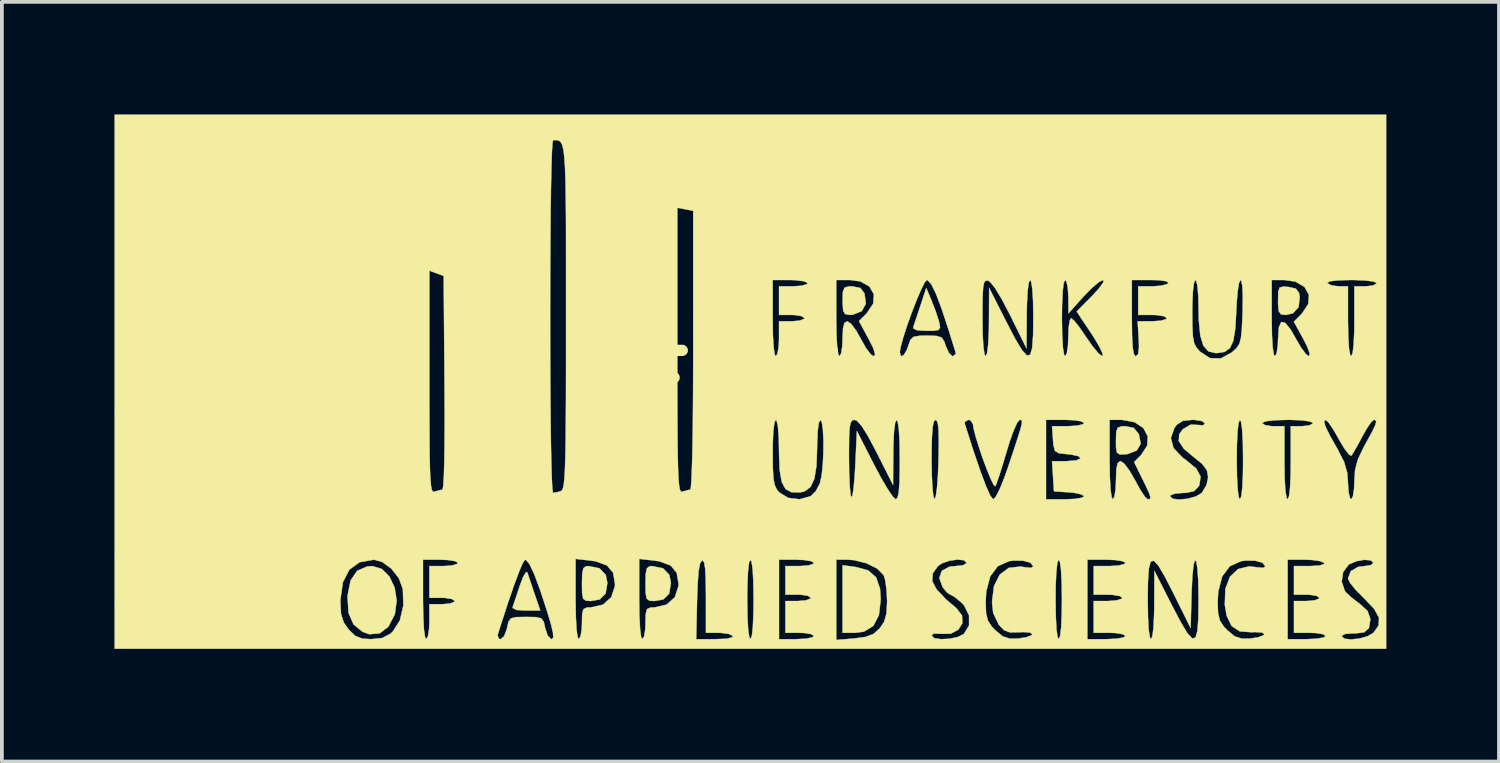
<source format=kicad_pcb>
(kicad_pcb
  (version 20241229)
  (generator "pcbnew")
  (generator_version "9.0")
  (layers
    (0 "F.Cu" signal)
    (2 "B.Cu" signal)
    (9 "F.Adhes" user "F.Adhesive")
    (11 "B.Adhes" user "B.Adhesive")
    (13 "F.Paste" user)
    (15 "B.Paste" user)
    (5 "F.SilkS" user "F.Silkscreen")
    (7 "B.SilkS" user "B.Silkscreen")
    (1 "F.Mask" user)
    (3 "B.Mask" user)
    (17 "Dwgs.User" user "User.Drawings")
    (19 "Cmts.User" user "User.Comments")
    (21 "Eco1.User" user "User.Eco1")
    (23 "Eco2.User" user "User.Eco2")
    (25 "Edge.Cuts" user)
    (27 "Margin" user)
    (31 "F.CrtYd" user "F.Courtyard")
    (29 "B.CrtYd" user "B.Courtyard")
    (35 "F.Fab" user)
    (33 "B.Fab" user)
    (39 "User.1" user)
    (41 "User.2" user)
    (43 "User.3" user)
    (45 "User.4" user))
  (footprint "FFM1"
    (layer "F.Cu")
    (at 16.938 7.117)
    (property "Reference" "FFM1" (at 0 0 0) (layer "F.SilkS") (effects (font (size 1.524 1.524) (thickness 0.3))))
    (attr through_hole)
    (fp_poly (pts (xy 2.814 4.937) (xy 3.142 5.028) (xy 3.349 5.213) (xy 3.452 5.512) (xy 3.471 5.798) (xy 3.423 6.219) (xy 3.274 6.504) (xy 3.024 6.658) (xy 2.788 6.689) (xy 2.455 6.689) (xy 2.455 4.888) (xy 2.814 4.937)) (stroke (width 0.01) (type solid)) (fill yes) (layer "F.SilkS"))
    (fp_poly (pts (xy -5.942 5.08) (xy -5.892 5.228) (xy -5.81 5.473) (xy -5.749 5.652) (xy -5.597 6.096) (xy -5.983 6.096) (xy -6.231 6.08) (xy -6.33 6.029) (xy -6.329 5.99) (xy -6.282 5.855) (xy -6.203 5.619) (xy -6.137 5.419) (xy -6.049 5.191) (xy -5.978 5.073) (xy -5.942 5.08)) (stroke (width 0.01) (type solid)) (fill yes) (layer "F.SilkS"))
    (fp_poly (pts (xy -4.022 4.97) (xy -3.853 5.144) (xy -3.81 5.362) (xy -3.858 5.645) (xy -4.012 5.8) (xy -4.25 5.842) (xy -4.386 5.833) (xy -4.456 5.777) (xy -4.483 5.634) (xy -4.487 5.376) (xy -4.48 5.108) (xy -4.449 4.968) (xy -4.378 4.916) (xy -4.312 4.911) (xy -4.022 4.97)) (stroke (width 0.01) (type solid)) (fill yes) (layer "F.SilkS"))
    (fp_poly (pts (xy -2.328 4.97) (xy -2.16 5.144) (xy -2.117 5.362) (xy -2.165 5.645) (xy -2.319 5.8) (xy -2.557 5.842) (xy -2.693 5.833) (xy -2.763 5.777) (xy -2.79 5.634) (xy -2.794 5.376) (xy -2.787 5.108) (xy -2.756 4.968) (xy -2.685 4.916) (xy -2.619 4.911) (xy -2.328 4.97)) (stroke (width 0.01) (type solid)) (fill yes) (layer "F.SilkS"))
    (fp_poly (pts (xy 14.33 -2.524) (xy 14.527 -2.48) (xy 14.612 -2.368) (xy 14.632 -2.26) (xy 14.603 -1.989) (xy 14.452 -1.822) (xy 14.256 -1.778) (xy 14.132 -1.795) (xy 14.073 -1.876) (xy 14.055 -2.067) (xy 14.055 -2.164) (xy 14.06 -2.4) (xy 14.099 -2.509) (xy 14.203 -2.534) (xy 14.33 -2.524)) (stroke (width 0.01) (type solid)) (fill yes) (layer "F.SilkS"))
    (fp_poly (pts (xy 2.926 -2.498) (xy 3.039 -2.351) (xy 3.04 -2.349) (xy 3.075 -2.076) (xy 2.966 -1.88) (xy 2.729 -1.785) (xy 2.646 -1.779) (xy 2.528 -1.798) (xy 2.472 -1.885) (xy 2.456 -2.086) (xy 2.455 -2.159) (xy 2.463 -2.393) (xy 2.505 -2.504) (xy 2.614 -2.538) (xy 2.712 -2.54) (xy 2.926 -2.498)) (stroke (width 0.01) (type solid)) (fill yes) (layer "F.SilkS"))
    (fp_poly (pts (xy 4.826 -2.158) (xy 4.932 -1.884) (xy 5.014 -1.632) (xy 5.026 -1.587) (xy 5.052 -1.446) (xy 5.011 -1.378) (xy 4.865 -1.356) (xy 4.692 -1.355) (xy 4.44 -1.37) (xy 4.339 -1.42) (xy 4.339 -1.46) (xy 4.386 -1.595) (xy 4.465 -1.831) (xy 4.531 -2.031) (xy 4.684 -2.496) (xy 4.826 -2.158)) (stroke (width 0.01) (type solid)) (fill yes) (layer "F.SilkS"))
    (fp_poly (pts (xy 10.211 1.231) (xy 10.343 1.393) (xy 10.348 1.404) (xy 10.396 1.652) (xy 10.293 1.831) (xy 10.05 1.926) (xy 10.003 1.932) (xy 9.84 1.939) (xy 9.763 1.891) (xy 9.738 1.744) (xy 9.737 1.572) (xy 9.744 1.335) (xy 9.785 1.223) (xy 9.891 1.188) (xy 9.992 1.185) (xy 10.211 1.231)) (stroke (width 0.01) (type solid)) (fill yes) (layer "F.SilkS"))
    (fp_poly (pts (xy -9.818 4.987) (xy -9.614 5.192) (xy -9.476 5.485) (xy -9.422 5.829) (xy -9.47 6.185) (xy -9.479 6.211) (xy -9.645 6.528) (xy -9.875 6.703) (xy -10.152 6.726) (xy -10.328 6.664) (xy -10.572 6.464) (xy -10.705 6.159) (xy -10.73 5.734) (xy -10.727 5.68) (xy -10.648 5.289) (xy -10.475 5.037) (xy -10.204 4.92) (xy -10.072 4.911) (xy -9.818 4.987)) (stroke (width 0.01) (type solid)) (fill yes) (layer "F.SilkS"))
    (fp_poly (pts (xy 16.933 7.112) (xy -16.933 7.112) (xy -16.933 5.874) (xy -10.922 5.874) (xy -10.904 6.188) (xy -10.833 6.41) (xy -10.703 6.598) (xy -10.527 6.769) (xy -10.336 6.844) (xy -10.106 6.858) (xy -9.805 6.826) (xy -9.589 6.713) (xy -9.527 6.656) (xy -9.337 6.357) (xy -9.244 5.961) (xy -9.258 5.52) (xy -9.365 5.233) (xy -9.566 4.977) (xy -9.813 4.798) (xy -10.029 4.741) (xy -8.721 4.741) (xy -8.721 5.8) (xy -8.714 6.258) (xy -8.696 6.599) (xy -8.666 6.804) (xy -8.636 6.858) (xy -8.59 6.781) (xy -8.585 6.752) (xy -6.735 6.752) (xy -6.701 6.847) (xy -6.653 6.858) (xy -6.562 6.783) (xy -6.49 6.597) (xy -6.483 6.562) (xy -6.443 6.39) (xy -6.376 6.302) (xy -6.233 6.27) (xy -5.975 6.265) (xy -5.712 6.27) (xy -5.572 6.303) (xy -5.505 6.393) (xy -5.467 6.562) (xy -5.401 6.76) (xy -5.311 6.856) (xy -5.296 6.858) (xy -5.252 6.818) (xy -5.259 6.685) (xy -5.319 6.434) (xy -5.415 6.117) (xy -5.522 5.789) (xy -4.657 5.789) (xy -4.65 6.25) (xy -4.632 6.594) (xy -4.603 6.802) (xy -4.572 6.858) (xy -4.524 6.782) (xy -4.493 6.587) (xy -4.487 6.435) (xy -4.482 6.184) (xy -4.447 6.059) (xy -4.359 6.016) (xy -4.243 6.011) (xy -3.927 5.939) (xy -3.76 5.789) (xy -2.963 5.789) (xy -2.957 6.25) (xy -2.938 6.594) (xy -2.91 6.802) (xy -2.879 6.858) (xy -1.445 6.858) (xy -0.929 6.858) (xy -0.636 6.846) (xy -0.482 6.81) (xy -0.466 6.773) (xy -0.577 6.719) (xy -0.787 6.69) (xy -0.852 6.689) (xy -1.185 6.689) (xy -1.185 5.8) (xy -0.085 5.8) (xy -0.078 6.258) (xy -0.06 6.599) (xy -0.03 6.804) (xy 0 6.858) (xy 0.037 6.776) (xy 0.064 6.544) (xy 0.08 6.18) (xy 0.085 5.8) (xy 0.078 5.341) (xy 0.06 5) (xy 0.03 4.795) (xy 0 4.741) (xy 0.762 4.741) (xy 0.762 6.858) (xy 1.228 6.858) (xy 1.483 6.844) (xy 1.652 6.808) (xy 1.693 6.773) (xy 1.618 6.723) (xy 1.426 6.693) (xy 1.312 6.689) (xy 0.931 6.689) (xy 0.931 5.842) (xy 1.27 5.842) (xy 1.482 5.823) (xy 1.6 5.776) (xy 1.609 5.757) (xy 1.534 5.704) (xy 1.346 5.675) (xy 1.27 5.673) (xy 0.931 5.673) (xy 0.931 4.911) (xy 1.312 4.911) (xy 1.54 4.894) (xy 1.676 4.851) (xy 1.693 4.826) (xy 1.617 4.78) (xy 1.419 4.749) (xy 1.228 4.741) (xy 2.286 4.741) (xy 2.286 6.879) (xy 2.766 6.839) (xy 3.075 6.797) (xy 3.164 6.763) (xy 4.826 6.763) (xy 4.898 6.831) (xy 5.077 6.858) (xy 5.306 6.847) (xy 5.528 6.799) (xy 5.686 6.719) (xy 5.687 6.718) (xy 5.823 6.493) (xy 5.823 6.224) (xy 5.692 5.96) (xy 5.618 5.88) (xy 5.605 5.87) (xy 6.266 5.87) (xy 6.277 6.168) (xy 6.325 6.365) (xy 6.433 6.526) (xy 6.518 6.615) (xy 6.719 6.783) (xy 6.919 6.845) (xy 7.125 6.842) (xy 7.351 6.807) (xy 7.49 6.752) (xy 7.508 6.73) (xy 7.451 6.681) (xy 7.259 6.669) (xy 7.167 6.674) (xy 6.915 6.678) (xy 6.755 6.618) (xy 6.616 6.473) (xy 6.466 6.158) (xy 6.435 5.869) (xy 6.443 5.8) (xy 8.128 5.8) (xy 8.135 6.258) (xy 8.153 6.599) (xy 8.182 6.804) (xy 8.213 6.858) (xy 8.249 6.776) (xy 8.277 6.544) (xy 8.293 6.18) (xy 8.297 5.8) (xy 8.291 5.341) (xy 8.272 5) (xy 8.243 4.795) (xy 8.213 4.741) (xy 8.975 4.741) (xy 8.975 6.858) (xy 9.483 6.858) (xy 9.753 6.845) (xy 9.937 6.812) (xy 9.991 6.773) (xy 9.915 6.725) (xy 9.72 6.694) (xy 9.567 6.689) (xy 9.144 6.689) (xy 9.144 5.842) (xy 9.525 5.842) (xy 9.752 5.825) (xy 9.834 5.8) (xy 10.583 5.8) (xy 10.59 6.258) (xy 10.608 6.599) (xy 10.638 6.804) (xy 10.668 6.858) (xy 10.707 6.777) (xy 10.736 6.551) (xy 10.753 6.201) (xy 10.757 5.948) (xy 10.761 5.038) (xy 11.223 5.948) (xy 11.462 6.403) (xy 11.641 6.7) (xy 11.77 6.839) (xy 11.856 6.817) (xy 11.907 6.632) (xy 11.932 6.284) (xy 11.937 5.87) (xy 12.446 5.87) (xy 12.457 6.168) (xy 12.505 6.365) (xy 12.613 6.526) (xy 12.698 6.615) (xy 12.899 6.783) (xy 13.1 6.845) (xy 13.306 6.842) (xy 13.531 6.807) (xy 13.671 6.752) (xy 13.688 6.73) (xy 13.632 6.681) (xy 13.441 6.669) (xy 13.355 6.674) (xy 13.035 6.65) (xy 12.817 6.507) (xy 12.685 6.233) (xy 12.636 5.942) (xy 12.65 5.519) (xy 12.773 5.196) (xy 12.991 4.99) (xy 13.289 4.918) (xy 13.504 4.945) (xy 13.661 4.958) (xy 13.716 4.918) (xy 13.641 4.823) (xy 13.449 4.768) (xy 13.19 4.764) (xy 13.07 4.78) (xy 12.77 4.915) (xy 12.566 5.187) (xy 12.461 5.593) (xy 12.446 5.87) (xy 11.937 5.87) (xy 11.938 5.8) (xy 11.93 5.315) (xy 11.907 4.977) (xy 11.876 4.79) (xy 11.84 4.756) (xy 11.804 4.879) (xy 11.773 5.164) (xy 11.751 5.613) (xy 11.75 5.652) (xy 11.726 6.562) (xy 11.275 5.652) (xy 11.043 5.198) (xy 10.869 4.903) (xy 10.744 4.767) (xy 10.661 4.793) (xy 10.612 4.981) (xy 10.589 5.334) (xy 10.583 5.8) (xy 9.834 5.8) (xy 9.889 5.783) (xy 9.906 5.757) (xy 9.83 5.707) (xy 9.639 5.677) (xy 9.525 5.673) (xy 9.144 5.673) (xy 9.144 4.911) (xy 9.567 4.911) (xy 9.809 4.895) (xy 9.962 4.856) (xy 9.991 4.826) (xy 9.914 4.781) (xy 9.712 4.75) (xy 9.483 4.741) (xy 14.309 4.741) (xy 14.309 6.858) (xy 14.817 6.858) (xy 15.087 6.845) (xy 15.271 6.812) (xy 15.321 6.776) (xy 15.748 6.776) (xy 15.819 6.845) (xy 15.994 6.865) (xy 16.219 6.842) (xy 16.438 6.781) (xy 16.594 6.689) (xy 16.595 6.689) (xy 16.735 6.489) (xy 16.742 6.283) (xy 16.611 6.047) (xy 16.341 5.765) (xy 16.126 5.549) (xy 15.974 5.362) (xy 15.917 5.245) (xy 15.992 5.046) (xy 16.193 4.931) (xy 16.358 4.911) (xy 16.528 4.885) (xy 16.595 4.826) (xy 16.525 4.758) (xy 16.356 4.744) (xy 16.146 4.78) (xy 15.954 4.861) (xy 15.936 4.873) (xy 15.788 5.069) (xy 15.75 5.326) (xy 15.831 5.57) (xy 15.854 5.601) (xy 15.993 5.734) (xy 16.197 5.893) (xy 16.235 5.919) (xy 16.438 6.104) (xy 16.509 6.309) (xy 16.51 6.351) (xy 16.474 6.565) (xy 16.347 6.676) (xy 16.096 6.706) (xy 16.031 6.704) (xy 15.841 6.719) (xy 15.749 6.768) (xy 15.748 6.776) (xy 15.321 6.776) (xy 15.325 6.773) (xy 15.249 6.725) (xy 15.054 6.694) (xy 14.901 6.689) (xy 14.478 6.689) (xy 14.478 5.842) (xy 14.817 5.842) (xy 15.029 5.823) (xy 15.147 5.776) (xy 15.155 5.757) (xy 15.08 5.704) (xy 14.893 5.675) (xy 14.817 5.673) (xy 14.478 5.673) (xy 14.478 4.911) (xy 14.906 4.911) (xy 15.161 4.896) (xy 15.281 4.855) (xy 15.282 4.826) (xy 15.175 4.779) (xy 14.954 4.748) (xy 14.769 4.741) (xy 14.309 4.741) (xy 9.483 4.741) (xy 8.975 4.741) (xy 8.213 4.741) (xy 8.176 4.823) (xy 8.149 5.055) (xy 8.132 5.42) (xy 8.128 5.8) (xy 6.443 5.8) (xy 6.488 5.445) (xy 6.642 5.137) (xy 6.882 4.959) (xy 7.198 4.923) (xy 7.324 4.945) (xy 7.48 4.958) (xy 7.535 4.918) (xy 7.46 4.823) (xy 7.268 4.768) (xy 7.009 4.764) (xy 6.889 4.78) (xy 6.589 4.915) (xy 6.386 5.187) (xy 6.281 5.593) (xy 6.266 5.87) (xy 5.605 5.87) (xy 5.452 5.743) (xy 5.334 5.674) (xy 5.324 5.673) (xy 5.231 5.609) (xy 5.118 5.467) (xy 5.032 5.228) (xy 5.097 5.04) (xy 5.297 4.929) (xy 5.464 4.911) (xy 5.659 4.889) (xy 5.755 4.836) (xy 5.757 4.826) (xy 5.688 4.755) (xy 5.517 4.738) (xy 5.302 4.768) (xy 5.1 4.839) (xy 4.995 4.911) (xy 4.857 5.105) (xy 4.842 5.306) (xy 4.958 5.531) (xy 5.212 5.8) (xy 5.487 6.032) (xy 5.637 6.228) (xy 5.646 6.432) (xy 5.538 6.606) (xy 5.335 6.713) (xy 5.068 6.716) (xy 4.882 6.707) (xy 4.826 6.763) (xy 3.164 6.763) (xy 3.278 6.718) (xy 3.436 6.578) (xy 3.443 6.57) (xy 3.562 6.394) (xy 3.623 6.182) (xy 3.641 5.871) (xy 3.641 5.832) (xy 3.626 5.527) (xy 3.587 5.27) (xy 3.549 5.152) (xy 3.375 4.976) (xy 3.091 4.835) (xy 2.753 4.752) (xy 2.585 4.741) (xy 2.286 4.741) (xy 1.228 4.741) (xy 0.762 4.741) (xy 0 4.741) (xy -0.037 4.823) (xy -0.064 5.055) (xy -0.08 5.42) (xy -0.085 5.8) (xy -1.185 5.8) (xy -1.185 5.708) (xy -1.19 5.268) (xy -1.205 4.977) (xy -1.232 4.815) (xy -1.275 4.761) (xy -1.291 4.762) (xy -1.342 4.841) (xy -1.38 5.048) (xy -1.406 5.397) (xy -1.421 5.828) (xy -1.445 6.858) (xy -2.879 6.858) (xy -2.83 6.782) (xy -2.8 6.587) (xy -2.794 6.435) (xy -2.788 6.184) (xy -2.754 6.059) (xy -2.666 6.016) (xy -2.549 6.011) (xy -2.234 5.939) (xy -2.013 5.741) (xy -1.916 5.445) (xy -1.913 5.386) (xy -1.963 5.089) (xy -2.126 4.895) (xy -2.421 4.786) (xy -2.574 4.763) (xy -2.963 4.719) (xy -2.963 5.789) (xy -3.76 5.789) (xy -3.707 5.741) (xy -3.609 5.445) (xy -3.607 5.386) (xy -3.657 5.089) (xy -3.819 4.895) (xy -4.114 4.786) (xy -4.267 4.763) (xy -4.657 4.719) (xy -4.657 5.789) (xy -5.522 5.789) (xy -5.605 5.538) (xy -5.761 5.12) (xy -5.886 4.857) (xy -5.98 4.746) (xy -6 4.741) (xy -6.058 4.82) (xy -6.157 5.048) (xy -6.292 5.409) (xy -6.457 5.889) (xy -6.647 6.474) (xy -6.735 6.752) (xy -8.585 6.752) (xy -8.559 6.584) (xy -8.551 6.392) (xy -8.551 5.927) (xy -8.213 5.927) (xy -8.001 5.908) (xy -7.883 5.861) (xy -7.874 5.842) (xy -7.949 5.789) (xy -8.137 5.759) (xy -8.213 5.757) (xy -8.551 5.757) (xy -8.551 4.911) (xy -8.17 4.911) (xy -7.943 4.894) (xy -7.807 4.851) (xy -7.789 4.826) (xy -7.866 4.78) (xy -8.063 4.749) (xy -8.255 4.741) (xy -8.721 4.741) (xy -10.029 4.741) (xy -10.409 4.808) (xy -10.684 5.008) (xy -10.855 5.341) (xy -10.921 5.806) (xy -10.922 5.874) (xy -16.933 5.874) (xy -16.933 0.012) (xy -8.551 0.012) (xy -8.551 0.803) (xy -8.548 1.44) (xy -8.544 1.94) (xy -8.536 2.318) (xy -8.524 2.589) (xy -8.508 2.771) (xy -8.487 2.878) (xy -8.459 2.927) (xy -8.425 2.932) (xy -8.417 2.93) (xy -8.255 2.884) (xy -8.205 2.879) (xy -8.184 2.796) (xy -8.167 2.557) (xy -8.155 2.174) (xy -8.147 1.661) (xy -8.144 1.029) (xy -8.146 0.292) (xy -8.148 0.031) (xy -8.162 -1.736) (xy -5.334 -1.736) (xy -5.333 -0.755) (xy -5.329 0.135) (xy -5.322 0.923) (xy -5.314 1.599) (xy -5.303 2.152) (xy -5.29 2.57) (xy -5.276 2.843) (xy -5.26 2.96) (xy -5.256 2.963) (xy -5.114 2.935) (xy -5.045 2.912) (xy -5.015 2.887) (xy -4.991 2.829) (xy -4.97 2.723) (xy -4.953 2.558) (xy -4.94 2.319) (xy -4.93 1.994) (xy -4.922 1.57) (xy -4.917 1.034) (xy -4.913 0.371) (xy -4.911 -0.43) (xy -4.911 -0.826) (xy -1.947 -0.826) (xy -1.947 0.08) (xy -1.945 0.831) (xy -1.942 1.44) (xy -1.936 1.923) (xy -1.928 2.292) (xy -1.916 2.562) (xy -1.901 2.747) (xy -1.882 2.862) (xy -1.857 2.919) (xy -1.828 2.934) (xy -1.813 2.93) (xy -1.652 2.884) (xy -1.602 2.879) (xy -1.584 2.796) (xy -1.568 2.557) (xy -1.554 2.174) (xy -1.547 1.889) (xy 0.593 1.889) (xy 0.597 2.295) (xy 0.613 2.57) (xy 0.647 2.75) (xy 0.705 2.874) (xy 0.765 2.947) (xy 1.006 3.094) (xy 1.31 3.131) (xy 1.605 3.05) (xy 1.741 2.915) (xy 1.852 2.704) (xy 1.854 2.698) (xy 1.898 2.496) (xy 1.928 2.21) (xy 1.937 2.018) (xy 2.625 2.018) (xy 2.63 2.415) (xy 2.644 2.749) (xy 2.664 2.984) (xy 2.688 3.084) (xy 2.717 3.032) (xy 2.748 2.842) (xy 2.775 2.545) (xy 2.794 2.23) (xy 2.836 1.312) (xy 3.3 2.223) (xy 3.488 2.575) (xy 3.658 2.863) (xy 3.792 3.059) (xy 3.871 3.133) (xy 3.872 3.133) (xy 3.919 3.089) (xy 3.951 2.944) (xy 3.971 2.679) (xy 3.979 2.272) (xy 3.979 2.074) (xy 4.826 2.074) (xy 4.832 2.495) (xy 4.849 2.831) (xy 4.874 3.052) (xy 4.906 3.133) (xy 4.906 3.133) (xy 4.938 3.053) (xy 4.969 2.835) (xy 4.994 2.511) (xy 5.011 2.11) (xy 5.012 2.074) (xy 5.019 1.609) (xy 5.013 1.293) (xy 4.991 1.104) (xy 4.976 1.071) (xy 5.71 1.071) (xy 5.711 1.122) (xy 5.935 1.824) (xy 6.125 2.381) (xy 6.278 2.788) (xy 6.392 3.04) (xy 6.467 3.132) (xy 6.47 3.133) (xy 6.54 3.057) (xy 6.644 2.852) (xy 6.766 2.551) (xy 6.852 2.307) (xy 7.013 1.826) (xy 7.125 1.482) (xy 7.196 1.253) (xy 7.23 1.114) (xy 7.233 1.044) (xy 7.211 1.019) (xy 7.171 1.016) (xy 7.874 1.016) (xy 7.874 3.133) (xy 8.382 3.133) (xy 8.65 3.121) (xy 8.834 3.089) (xy 8.89 3.053) (xy 8.814 3.001) (xy 8.621 2.96) (xy 8.488 2.947) (xy 8.086 2.921) (xy 8.034 2.117) (xy 8.42 2.117) (xy 8.684 2.095) (xy 8.793 2.045) (xy 8.744 1.986) (xy 8.533 1.939) (xy 8.445 1.931) (xy 8.219 1.906) (xy 8.112 1.843) (xy 8.071 1.689) (xy 8.06 1.545) (xy 8.034 1.185) (xy 8.462 1.185) (xy 8.705 1.17) (xy 8.86 1.132) (xy 8.89 1.101) (xy 8.813 1.056) (xy 8.611 1.025) (xy 8.382 1.016) (xy 9.567 1.016) (xy 9.567 2.074) (xy 9.574 2.533) (xy 9.592 2.874) (xy 9.622 3.079) (xy 9.652 3.133) (xy 9.697 3.056) (xy 9.728 2.854) (xy 9.737 2.625) (xy 9.747 2.329) (xy 9.782 2.17) (xy 9.849 2.117) (xy 9.862 2.117) (xy 9.962 2.187) (xy 10.1 2.372) (xy 10.245 2.625) (xy 10.386 2.881) (xy 10.508 3.064) (xy 10.585 3.133) (xy 10.644 3.123) (xy 10.656 3.073) (xy 10.647 3.048) (xy 11.176 3.048) (xy 11.247 3.118) (xy 11.423 3.139) (xy 11.647 3.117) (xy 11.866 3.056) (xy 12.023 2.963) (xy 12.023 2.963) (xy 12.15 2.75) (xy 12.192 2.541) (xy 12.159 2.357) (xy 12.038 2.193) (xy 11.891 2.074) (xy 12.954 2.074) (xy 12.961 2.533) (xy 12.979 2.874) (xy 13.008 3.079) (xy 13.039 3.133) (xy 13.075 3.051) (xy 13.103 2.819) (xy 13.119 2.454) (xy 13.123 2.074) (xy 13.117 1.616) (xy 13.098 1.275) (xy 13.073 1.101) (xy 13.631 1.101) (xy 13.706 1.157) (xy 13.889 1.185) (xy 13.928 1.185) (xy 14.224 1.185) (xy 14.224 2.159) (xy 14.231 2.592) (xy 14.251 2.911) (xy 14.282 3.095) (xy 14.309 3.133) (xy 14.346 3.052) (xy 14.374 2.822) (xy 14.39 2.464) (xy 14.393 2.159) (xy 14.393 1.185) (xy 14.69 1.185) (xy 14.886 1.164) (xy 14.983 1.112) (xy 14.986 1.101) (xy 14.907 1.059) (xy 14.885 1.056) (xy 15.281 1.056) (xy 15.314 1.186) (xy 15.429 1.423) (xy 15.632 1.783) (xy 15.637 1.792) (xy 15.813 2.135) (xy 15.898 2.431) (xy 15.917 2.702) (xy 15.932 2.946) (xy 15.971 3.102) (xy 16.002 3.133) (xy 16.048 3.056) (xy 16.079 2.858) (xy 16.087 2.66) (xy 16.106 2.35) (xy 16.179 2.074) (xy 16.328 1.758) (xy 16.383 1.657) (xy 16.553 1.347) (xy 16.645 1.156) (xy 16.67 1.056) (xy 16.636 1.019) (xy 16.604 1.016) (xy 16.527 1.085) (xy 16.407 1.265) (xy 16.298 1.46) (xy 16.164 1.711) (xy 16.055 1.9) (xy 16.007 1.972) (xy 15.94 1.937) (xy 15.823 1.784) (xy 15.68 1.543) (xy 15.672 1.527) (xy 15.525 1.271) (xy 15.4 1.088) (xy 15.323 1.016) (xy 15.322 1.016) (xy 15.281 1.056) (xy 14.885 1.056) (xy 14.691 1.029) (xy 14.369 1.016) (xy 14.309 1.016) (xy 13.973 1.026) (xy 13.738 1.053) (xy 13.634 1.093) (xy 13.631 1.101) (xy 13.073 1.101) (xy 13.069 1.07) (xy 13.039 1.016) (xy 13.002 1.098) (xy 12.975 1.33) (xy 12.958 1.694) (xy 12.954 2.074) (xy 11.891 2.074) (xy 11.832 2.027) (xy 11.544 1.785) (xy 11.41 1.579) (xy 11.423 1.394) (xy 11.518 1.267) (xy 11.725 1.143) (xy 11.897 1.151) (xy 12.062 1.161) (xy 12.107 1.11) (xy 12.032 1.05) (xy 11.839 1.018) (xy 11.771 1.016) (xy 11.517 1.043) (xy 11.357 1.146) (xy 11.296 1.227) (xy 11.199 1.501) (xy 11.27 1.766) (xy 11.508 2.019) (xy 11.598 2.084) (xy 11.874 2.31) (xy 11.992 2.528) (xy 11.958 2.753) (xy 11.94 2.791) (xy 11.819 2.914) (xy 11.604 2.961) (xy 11.512 2.963) (xy 11.301 2.982) (xy 11.184 3.03) (xy 11.176 3.048) (xy 10.647 3.048) (xy 10.613 2.949) (xy 10.505 2.72) (xy 10.444 2.596) (xy 10.221 2.14) (xy 10.402 1.959) (xy 10.568 1.704) (xy 10.583 1.451) (xy 10.465 1.232) (xy 10.23 1.077) (xy 9.896 1.016) (xy 9.887 1.016) (xy 9.567 1.016) (xy 8.382 1.016) (xy 7.874 1.016) (xy 7.171 1.016) (xy 7.106 1.092) (xy 7.012 1.298) (xy 6.904 1.601) (xy 6.828 1.851) (xy 6.72 2.211) (xy 6.624 2.515) (xy 6.552 2.722) (xy 6.524 2.787) (xy 6.479 2.748) (xy 6.399 2.585) (xy 6.297 2.335) (xy 6.186 2.036) (xy 6.081 1.725) (xy 5.994 1.44) (xy 5.939 1.219) (xy 5.926 1.122) (xy 5.859 1.028) (xy 5.802 1.016) (xy 5.71 1.071) (xy 4.976 1.071) (xy 4.953 1.023) (xy 4.932 1.016) (xy 4.885 1.063) (xy 4.853 1.215) (xy 4.834 1.493) (xy 4.826 1.915) (xy 4.826 2.074) (xy 3.979 2.074) (xy 3.973 1.616) (xy 3.954 1.275) (xy 3.925 1.07) (xy 3.895 1.016) (xy 3.855 1.096) (xy 3.826 1.321) (xy 3.808 1.666) (xy 3.805 1.884) (xy 3.8 2.752) (xy 3.362 1.884) (xy 3.138 1.46) (xy 2.966 1.183) (xy 2.838 1.041) (xy 2.775 1.016) (xy 2.711 1.031) (xy 2.668 1.095) (xy 2.642 1.235) (xy 2.629 1.48) (xy 2.625 1.857) (xy 2.625 2.018) (xy 1.937 2.018) (xy 1.944 1.883) (xy 1.945 1.557) (xy 1.931 1.276) (xy 1.902 1.081) (xy 1.863 1.016) (xy 1.822 1.096) (xy 1.792 1.316) (xy 1.778 1.646) (xy 1.777 1.757) (xy 1.759 2.245) (xy 1.703 2.588) (xy 1.6 2.806) (xy 1.443 2.921) (xy 1.324 2.949) (xy 1.095 2.945) (xy 0.936 2.86) (xy 0.834 2.672) (xy 0.78 2.361) (xy 0.762 1.905) (xy 0.762 1.85) (xy 0.754 1.461) (xy 0.731 1.18) (xy 0.696 1.032) (xy 0.677 1.016) (xy 0.638 1.097) (xy 0.61 1.323) (xy 0.595 1.671) (xy 0.593 1.889) (xy -1.547 1.889) (xy -1.542 1.659) (xy -1.533 1.026) (xy -1.527 0.287) (xy -1.524 -0.545) (xy -1.524 -0.837) (xy -1.524 -2.709) (xy 0.593 -2.709) (xy 0.593 -1.693) (xy 0.599 -1.247) (xy 0.619 -0.917) (xy 0.649 -0.723) (xy 0.677 -0.677) (xy 0.724 -0.754) (xy 0.754 -0.951) (xy 0.762 -1.143) (xy 0.762 -1.609) (xy 1.101 -1.609) (xy 1.313 -1.627) (xy 1.431 -1.674) (xy 1.439 -1.693) (xy 1.364 -1.746) (xy 1.177 -1.776) (xy 1.101 -1.778) (xy 0.762 -1.778) (xy 0.762 -2.54) (xy 1.143 -2.54) (xy 1.37 -2.557) (xy 1.507 -2.599) (xy 1.524 -2.625) (xy 1.447 -2.671) (xy 1.25 -2.702) (xy 1.058 -2.709) (xy 2.286 -2.709) (xy 2.286 -1.693) (xy 2.293 -1.247) (xy 2.312 -0.917) (xy 2.342 -0.723) (xy 2.371 -0.677) (xy 2.417 -0.754) (xy 2.448 -0.951) (xy 2.455 -1.143) (xy 2.467 -1.423) (xy 2.506 -1.568) (xy 2.583 -1.609) (xy 2.686 -1.538) (xy 2.823 -1.352) (xy 2.94 -1.143) (xy 3.078 -0.897) (xy 3.206 -0.729) (xy 3.284 -0.677) (xy 3.323 -0.73) (xy 3.307 -0.783) (xy 3.979 -0.783) (xy 4.01 -0.678) (xy 4.081 -0.705) (xy 4.164 -0.841) (xy 4.203 -0.953) (xy 4.262 -1.117) (xy 4.349 -1.198) (xy 4.518 -1.225) (xy 4.702 -1.228) (xy 4.955 -1.22) (xy 5.091 -1.178) (xy 5.164 -1.072) (xy 5.203 -0.953) (xy 5.286 -0.767) (xy 5.381 -0.678) (xy 5.391 -0.677) (xy 5.469 -0.738) (xy 5.465 -0.783) (xy 5.423 -0.918) (xy 5.349 -1.155) (xy 5.287 -1.355) (xy 5.174 -1.7) (xy 6.181 -1.7) (xy 6.187 -1.252) (xy 6.207 -0.92) (xy 6.237 -0.724) (xy 6.265 -0.677) (xy 6.304 -0.758) (xy 6.333 -0.985) (xy 6.351 -1.334) (xy 6.354 -1.587) (xy 6.359 -2.498) (xy 6.821 -1.587) (xy 7.059 -1.133) (xy 7.238 -0.836) (xy 7.367 -0.697) (xy 7.453 -0.717) (xy 7.505 -0.898) (xy 7.53 -1.24) (xy 7.535 -1.693) (xy 8.297 -1.693) (xy 8.304 -1.247) (xy 8.323 -0.917) (xy 8.354 -0.723) (xy 8.382 -0.677) (xy 8.427 -0.754) (xy 8.458 -0.956) (xy 8.467 -1.185) (xy 8.478 -1.453) (xy 8.508 -1.637) (xy 8.542 -1.693) (xy 8.622 -1.627) (xy 8.761 -1.453) (xy 8.93 -1.207) (xy 8.944 -1.186) (xy 9.119 -0.936) (xy 9.273 -0.754) (xy 9.373 -0.678) (xy 9.378 -0.678) (xy 9.383 -0.742) (xy 9.306 -0.912) (xy 9.162 -1.158) (xy 9.088 -1.273) (xy 8.691 -1.869) (xy 9.105 -2.289) (xy 9.298 -2.501) (xy 9.401 -2.65) (xy 9.399 -2.709) (xy 10.16 -2.709) (xy 10.16 -1.693) (xy 10.165 -1.234) (xy 10.181 -0.925) (xy 10.21 -0.746) (xy 10.255 -0.679) (xy 10.266 -0.677) (xy 10.329 -0.737) (xy 10.35 -0.928) (xy 10.343 -1.143) (xy 10.314 -1.609) (xy 10.702 -1.609) (xy 10.932 -1.625) (xy 11.072 -1.667) (xy 11.091 -1.693) (xy 11.016 -1.744) (xy 10.824 -1.774) (xy 10.71 -1.778) (xy 10.329 -1.778) (xy 10.329 -1.859) (xy 11.769 -1.859) (xy 11.772 -1.466) (xy 11.786 -1.203) (xy 11.819 -1.032) (xy 11.879 -0.912) (xy 11.973 -0.804) (xy 11.976 -0.8) (xy 12.245 -0.626) (xy 12.53 -0.62) (xy 12.825 -0.781) (xy 12.843 -0.797) (xy 12.952 -0.899) (xy 13.023 -1.008) (xy 13.066 -1.163) (xy 13.09 -1.401) (xy 13.107 -1.761) (xy 13.11 -1.855) (xy 13.116 -2.269) (xy 13.103 -2.555) (xy 13.071 -2.697) (xy 13.055 -2.709) (xy 13.885 -2.709) (xy 13.885 -1.693) (xy 13.892 -1.247) (xy 13.911 -0.917) (xy 13.941 -0.723) (xy 13.97 -0.677) (xy 14.016 -0.754) (xy 14.047 -0.951) (xy 14.055 -1.143) (xy 14.076 -1.449) (xy 14.139 -1.591) (xy 14.244 -1.57) (xy 14.393 -1.386) (xy 14.531 -1.143) (xy 14.674 -0.899) (xy 14.802 -0.73) (xy 14.877 -0.678) (xy 14.899 -0.744) (xy 14.834 -0.928) (xy 14.728 -1.138) (xy 14.475 -1.598) (xy 14.688 -1.811) (xy 14.859 -2.069) (xy 14.877 -2.317) (xy 14.758 -2.526) (xy 14.583 -2.628) (xy 15.365 -2.628) (xy 15.367 -2.625) (xy 15.481 -2.564) (xy 15.668 -2.54) (xy 15.917 -2.54) (xy 15.917 -1.609) (xy 15.925 -1.188) (xy 15.945 -0.881) (xy 15.978 -0.708) (xy 16.002 -0.677) (xy 16.04 -0.758) (xy 16.068 -0.987) (xy 16.084 -1.341) (xy 16.087 -1.609) (xy 16.087 -2.54) (xy 16.383 -2.54) (xy 16.579 -2.561) (xy 16.677 -2.614) (xy 16.679 -2.625) (xy 16.6 -2.667) (xy 16.383 -2.696) (xy 16.061 -2.709) (xy 15.997 -2.709) (xy 15.639 -2.7) (xy 15.425 -2.672) (xy 15.365 -2.628) (xy 14.583 -2.628) (xy 14.517 -2.667) (xy 14.224 -2.709) (xy 13.885 -2.709) (xy 13.055 -2.709) (xy 13.014 -2.63) (xy 12.979 -2.411) (xy 12.951 -2.082) (xy 12.941 -1.856) (xy 12.914 -1.4) (xy 12.862 -1.088) (xy 12.772 -0.894) (xy 12.632 -0.794) (xy 12.428 -0.762) (xy 12.392 -0.762) (xy 12.2 -0.808) (xy 12.065 -0.959) (xy 11.982 -1.231) (xy 11.943 -1.642) (xy 11.938 -1.924) (xy 11.929 -2.297) (xy 11.905 -2.564) (xy 11.869 -2.699) (xy 11.853 -2.709) (xy 11.814 -2.629) (xy 11.786 -2.403) (xy 11.771 -2.057) (xy 11.769 -1.859) (xy 10.329 -1.859) (xy 10.329 -2.54) (xy 10.705 -2.54) (xy 10.945 -2.558) (xy 11.105 -2.602) (xy 11.134 -2.625) (xy 11.089 -2.674) (xy 10.893 -2.703) (xy 10.673 -2.709) (xy 10.16 -2.709) (xy 9.399 -2.709) (xy 9.399 -2.711) (xy 9.395 -2.711) (xy 9.28 -2.652) (xy 9.096 -2.497) (xy 8.881 -2.277) (xy 8.872 -2.267) (xy 8.472 -1.82) (xy 8.469 -2.265) (xy 8.453 -2.513) (xy 8.415 -2.675) (xy 8.382 -2.709) (xy 8.345 -2.628) (xy 8.317 -2.397) (xy 8.301 -2.035) (xy 8.297 -1.693) (xy 7.535 -1.693) (xy 7.529 -2.139) (xy 7.509 -2.469) (xy 7.479 -2.664) (xy 7.451 -2.709) (xy 7.412 -2.629) (xy 7.383 -2.402) (xy 7.365 -2.053) (xy 7.36 -1.799) (xy 7.354 -0.889) (xy 6.916 -1.777) (xy 6.699 -2.192) (xy 6.517 -2.492) (xy 6.38 -2.662) (xy 6.329 -2.693) (xy 6.266 -2.691) (xy 6.224 -2.639) (xy 6.199 -2.509) (xy 6.186 -2.275) (xy 6.181 -1.91) (xy 6.181 -1.7) (xy 5.174 -1.7) (xy 5.098 -1.931) (xy 4.941 -2.346) (xy 4.814 -2.603) (xy 4.716 -2.707) (xy 4.7 -2.709) (xy 4.637 -2.635) (xy 4.539 -2.436) (xy 4.418 -2.152) (xy 4.29 -1.82) (xy 4.167 -1.477) (xy 4.066 -1.162) (xy 3.999 -0.913) (xy 3.979 -0.783) (xy 3.307 -0.783) (xy 3.271 -0.897) (xy 3.146 -1.146) (xy 2.892 -1.614) (xy 3.097 -1.819) (xy 3.269 -2.078) (xy 3.289 -2.328) (xy 3.17 -2.536) (xy 2.929 -2.672) (xy 2.662 -2.709) (xy 2.286 -2.709) (xy 1.058 -2.709) (xy 0.593 -2.709) (xy -1.524 -2.709) (xy -1.524 -4.552) (xy -1.736 -4.593) (xy -1.947 -4.633) (xy -1.947 -0.826) (xy -4.911 -0.826) (xy -4.911 -1.383) (xy -4.911 -1.736) (xy -4.911 -2.746) (xy -4.911 -3.601) (xy -4.913 -4.312) (xy -4.918 -4.893) (xy -4.926 -5.357) (xy -4.939 -5.718) (xy -4.957 -5.987) (xy -4.981 -6.179) (xy -5.013 -6.307) (xy -5.053 -6.383) (xy -5.102 -6.421) (xy -5.161 -6.434) (xy -5.232 -6.435) (xy -5.256 -6.435) (xy -5.272 -6.352) (xy -5.287 -6.111) (xy -5.3 -5.722) (xy -5.311 -5.196) (xy -5.321 -4.545) (xy -5.327 -3.78) (xy -5.332 -2.91) (xy -5.334 -1.948) (xy -5.334 -1.736) (xy -8.162 -1.736) (xy -8.17 -2.817) (xy -8.361 -2.887) (xy -8.551 -2.958) (xy -8.551 0.012) (xy -16.933 0.012) (xy -16.933 -7.112) (xy 16.933 -7.112) (xy 16.933 7.112)) (stroke (width 0.01) (type solid)) (fill yes) (layer "F.SilkS")))
  (gr_rect
    (start -3 -3)
    (end 36.877 17.234)
    (stroke (width 0.1) (type default))
    (fill no)
    (layer "Edge.Cuts")))
</source>
